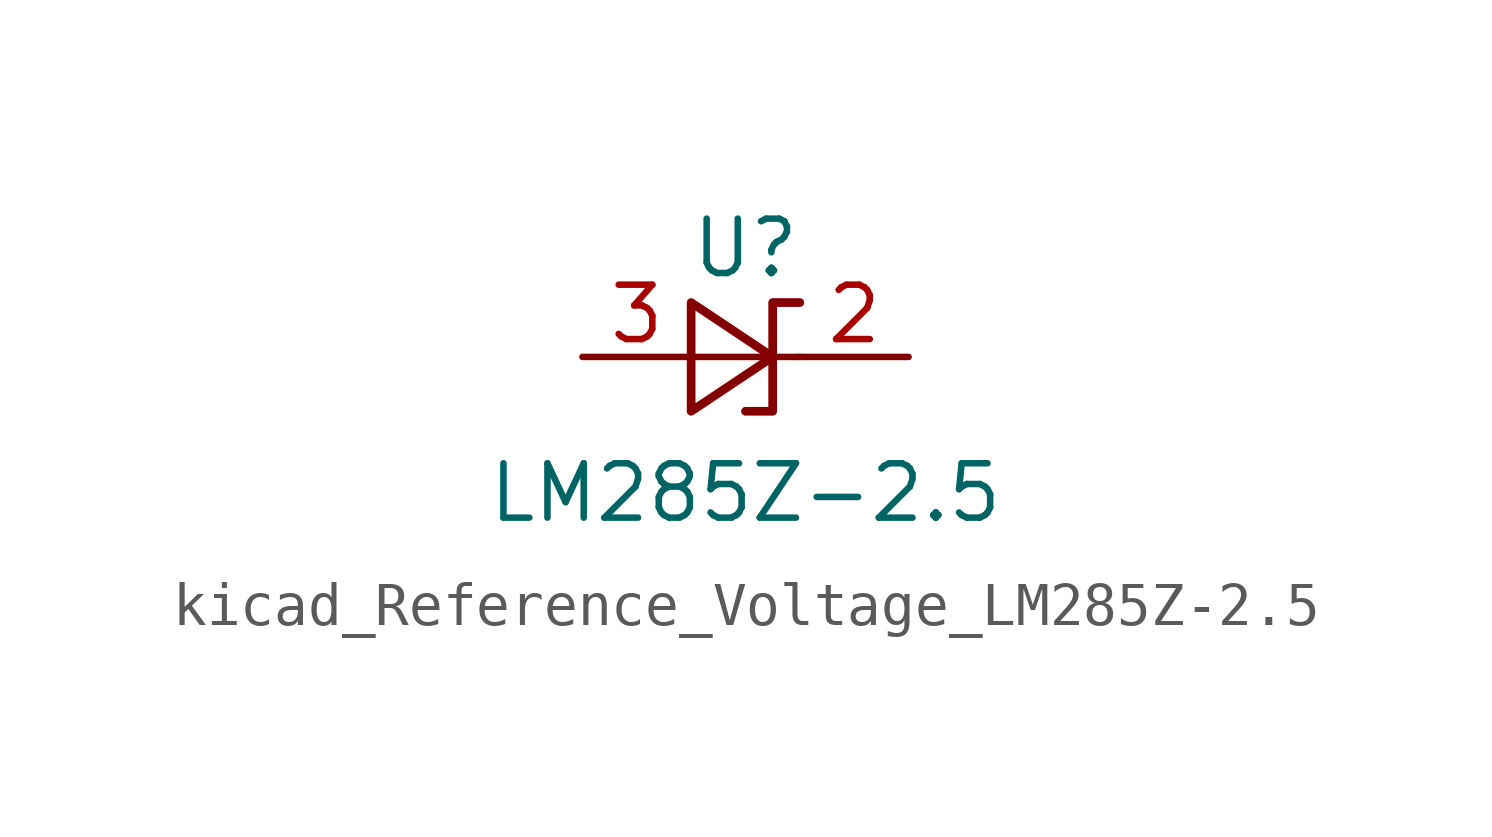
<source format=kicad_sym>
(kicad_symbol_lib
  (version 20220914)
  (generator kicad_symbol_editor)
  (symbol "kicad_Reference_Voltage_LM285Z-2.5"
    (pin_names
      (offset 0.025) hide)
    (property "Reference" "U"
      (at 0 2.54 0)
      (effects (font (size 1.27 1.27))))
    (property "Value" "LM285Z-2.5"
      (at 0 -3.175 0)
      (effects (font (size 1.27 1.27))))
    (symbol "kicad_Reference_Voltage_LM285Z-2.5_0_1"
      (polyline (pts (xy -1.27 0) (xy 0 0) (xy 1.27 0)) (stroke (width 0) (type default)) (fill (type none)))
      (polyline (pts (xy -1.27 -1.27) (xy 0.635 0) (xy -1.27 1.27) (xy -1.27 -1.27)) (stroke (width 0.203) (type default)) (fill (type none)))
      (polyline (pts (xy 0 -1.27) (xy 0.635 -1.27) (xy 0.635 1.27) (xy 1.27 1.27)) (stroke (width 0.203) (type default)) (fill (type none))))
    (symbol "kicad_Reference_Voltage_LM285Z-2.5_1_1"
      (pin passive line (at 3.81 0 180) (length 2.54) (name "K" (effects (font (size 1.27 1.27)))) (number "2" (effects (font (size 1.27 1.27)))))
      (pin passive line (at -3.81 0 0) (length 2.54) (name "A" (effects (font (size 1.27 1.27)))) (number "3" (effects (font (size 1.27 1.27))))))))
</source>
